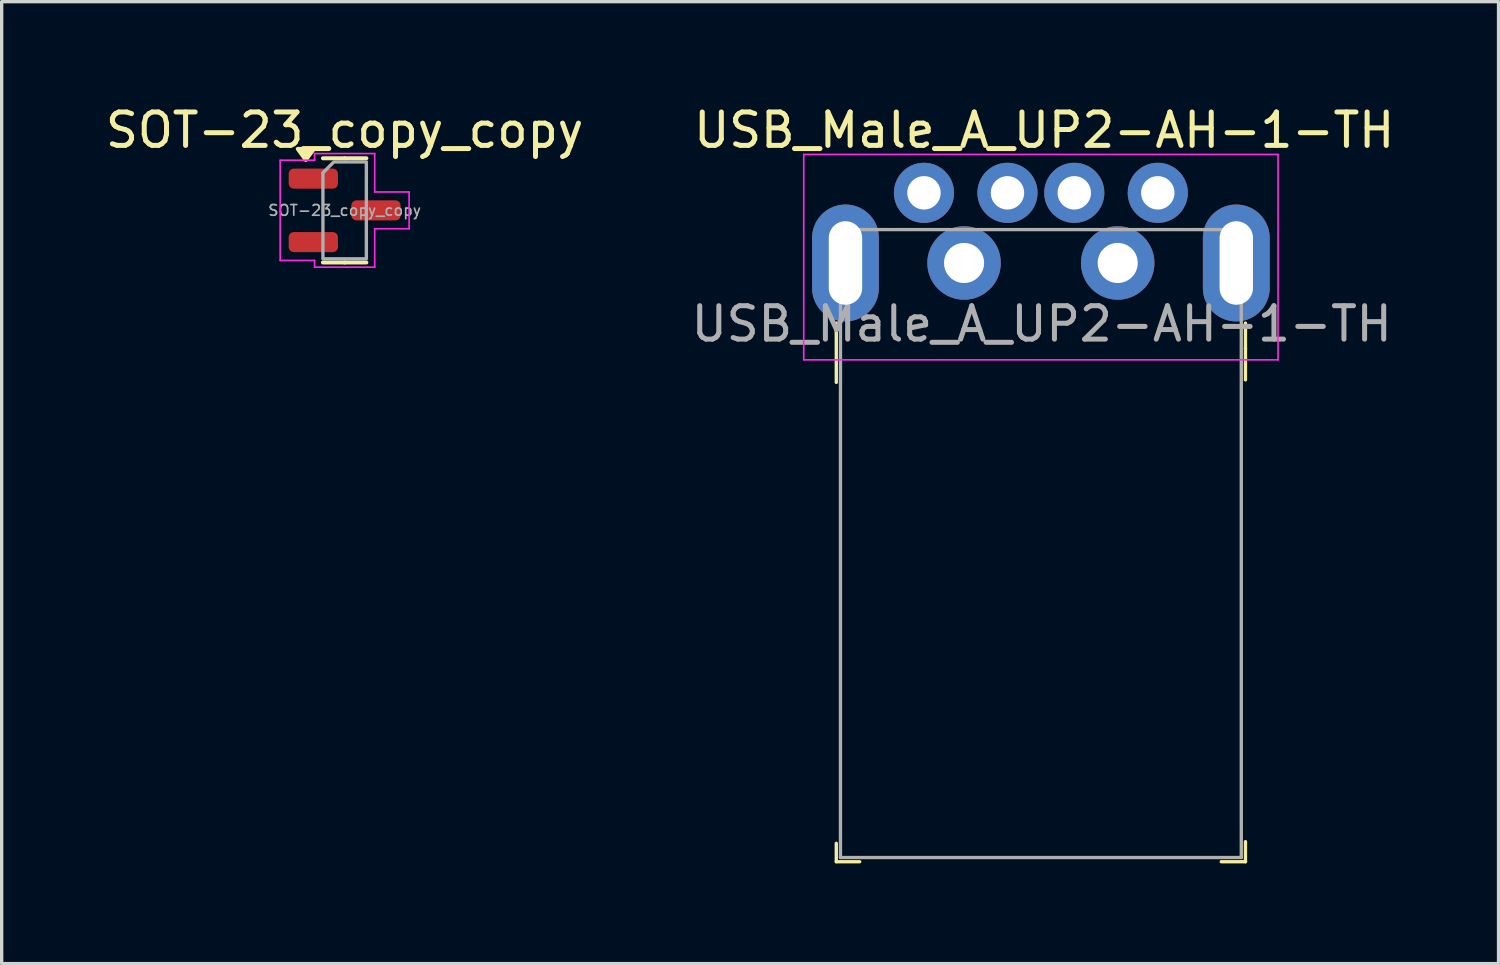
<source format=kicad_pcb>
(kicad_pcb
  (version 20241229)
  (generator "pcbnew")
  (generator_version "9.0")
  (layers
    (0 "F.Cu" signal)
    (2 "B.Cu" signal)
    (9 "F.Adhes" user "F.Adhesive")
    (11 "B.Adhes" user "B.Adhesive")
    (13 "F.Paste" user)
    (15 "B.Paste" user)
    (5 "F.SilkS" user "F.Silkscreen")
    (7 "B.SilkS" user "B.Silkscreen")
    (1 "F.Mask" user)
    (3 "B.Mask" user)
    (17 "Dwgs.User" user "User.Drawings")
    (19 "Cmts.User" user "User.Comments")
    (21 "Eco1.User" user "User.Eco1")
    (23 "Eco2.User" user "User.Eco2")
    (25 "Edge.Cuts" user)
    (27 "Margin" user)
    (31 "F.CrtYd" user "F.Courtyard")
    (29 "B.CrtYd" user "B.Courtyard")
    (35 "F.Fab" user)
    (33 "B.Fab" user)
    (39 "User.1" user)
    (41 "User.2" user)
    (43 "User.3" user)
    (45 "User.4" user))
  (footprint "USB_Male_A_UP2-AH-1-TH"
    (layer "F.Cu")
    (at 28.112 4.823)
    (property "Reference" "USB_Male_A_UP2-AH-1-TH" (at 0.1 -3.975 0) (layer "F.SilkS") (effects (font (size 1 1) (thickness 0.15))))
    (attr through_hole)
    (fp_line (start -6.125 1.8) (end -6.125 3.575) (stroke (width 0.1) (type solid)) (layer "F.SilkS"))
    (fp_line (start -6.125 17.925) (end -6.125 17.375) (stroke (width 0.1) (type solid)) (layer "F.SilkS"))
    (fp_line (start -5.425 17.925) (end -6.125 17.925) (stroke (width 0.1) (type solid)) (layer "F.SilkS"))
    (fp_line (start 5.4 17.925) (end 6.125 17.925) (stroke (width 0.1) (type solid)) (layer "F.SilkS"))
    (fp_line (start 6.125 1.8) (end 6.125 2.575) (stroke (width 0.1) (type solid)) (layer "F.SilkS"))
    (fp_line (start 6.125 2.55) (end 6.125 3.5) (stroke (width 0.1) (type solid)) (layer "F.SilkS"))
    (fp_line (start 6.125 17.925) (end 6.125 17.325) (stroke (width 0.1) (type solid)) (layer "F.SilkS"))
    (fp_line (start -7.1 -3.25) (end 7.1 -3.25) (stroke (width 0.05) (type solid)) (layer "F.CrtYd"))
    (fp_line (start -7.1 2.9) (end -7.1 -3.25) (stroke (width 0.05) (type solid)) (layer "F.CrtYd"))
    (fp_line (start -7.1 2.9) (end 7.1 2.9) (stroke (width 0.05) (type solid)) (layer "F.CrtYd"))
    (fp_line (start 7.1 2.9) (end 7.1 -3.25) (stroke (width 0.05) (type solid)) (layer "F.CrtYd"))
    (fp_line (start -6 -1) (end -6 17.8) (stroke (width 0.1) (type solid)) (layer "F.Fab"))
    (fp_line (start -6 -1) (end 6 -1) (stroke (width 0.1) (type solid)) (layer "F.Fab"))
    (fp_line (start -6 17.8) (end 6 17.8) (stroke (width 0.1) (type solid)) (layer "F.Fab"))
    (fp_line (start 6 -1) (end 6 17.8) (stroke (width 0.1) (type solid)) (layer "F.Fab"))
    (fp_text user "${REFERENCE}" (at 0.025 1.825 0) (layer "F.Fab") (effects (font (size 1 1) (thickness 0.15))))
    (pad "1" thru_hole circle (at 3.5 -2.1) (size 1.8 1.8) (drill 1) (layers "*.Cu" "*.Mask"))
    (pad "2" thru_hole circle (at 1 -2.1) (size 1.8 1.8) (drill 1) (layers "*.Cu" "*.Mask"))
    (pad "3" thru_hole circle (at -1 -2.1) (size 1.8 1.8) (drill 1) (layers "*.Cu" "*.Mask"))
    (pad "4" thru_hole circle (at -3.5 -2.1) (size 1.8 1.8) (drill 1) (layers "*.Cu" "*.Mask"))
    (pad "5" thru_hole oval (at -5.85 0) (size 2 3.5) (drill oval 1 2.5) (layers "*.Cu" "*.Mask"))
    (pad "5" thru_hole circle (at -2.3 0) (size 2.2 2.2) (drill 1.2) (layers "*.Cu" "*.Mask"))
    (pad "5" thru_hole circle (at 2.3 0) (size 2.2 2.2) (drill 1.2) (layers "*.Cu" "*.Mask"))
    (pad "5" thru_hole oval (at 5.85 0) (size 2 3.5) (drill oval 1 2.5) (layers "*.Cu" "*.Mask")))
  (footprint "SOT-23_copy_copy"
    (layer "F.Cu")
    (at 7.268 3.248)
    (property "Reference" "SOT-23_copy_copy" (at 0 -2.4 0) (layer "F.SilkS") (effects (font (size 1 1) (thickness 0.15))))
    (attr smd)
    (fp_line (start 0 -1.56) (end -0.65 -1.56) (stroke (width 0.12) (type solid)) (layer "F.SilkS"))
    (fp_line (start 0 -1.56) (end 0.65 -1.56) (stroke (width 0.12) (type solid)) (layer "F.SilkS"))
    (fp_line (start 0 1.56) (end -0.65 1.56) (stroke (width 0.12) (type solid)) (layer "F.SilkS"))
    (fp_line (start 0 1.56) (end 0.65 1.56) (stroke (width 0.12) (type solid)) (layer "F.SilkS"))
    (fp_poly (pts (xy -1.163 -1.51) (xy -1.403 -1.84) (xy -0.922 -1.84)) (stroke (width 0.12) (type solid)) (fill yes) (layer "F.SilkS"))
    (fp_line (start -1.93 -1.5) (end -0.9 -1.5) (stroke (width 0.05) (type solid)) (layer "F.CrtYd"))
    (fp_line (start -1.93 1.5) (end -1.93 -1.5) (stroke (width 0.05) (type solid)) (layer "F.CrtYd"))
    (fp_line (start -0.9 -1.7) (end 0.9 -1.7) (stroke (width 0.05) (type solid)) (layer "F.CrtYd"))
    (fp_line (start -0.9 -1.5) (end -0.9 -1.7) (stroke (width 0.05) (type solid)) (layer "F.CrtYd"))
    (fp_line (start -0.9 1.5) (end -1.93 1.5) (stroke (width 0.05) (type solid)) (layer "F.CrtYd"))
    (fp_line (start -0.9 1.7) (end -0.9 1.5) (stroke (width 0.05) (type solid)) (layer "F.CrtYd"))
    (fp_line (start 0.9 -1.7) (end 0.9 -0.55) (stroke (width 0.05) (type solid)) (layer "F.CrtYd"))
    (fp_line (start 0.9 -0.55) (end 1.93 -0.55) (stroke (width 0.05) (type solid)) (layer "F.CrtYd"))
    (fp_line (start 0.9 0.55) (end 0.9 1.7) (stroke (width 0.05) (type solid)) (layer "F.CrtYd"))
    (fp_line (start 0.9 1.7) (end -0.9 1.7) (stroke (width 0.05) (type solid)) (layer "F.CrtYd"))
    (fp_line (start 1.93 -0.55) (end 1.93 0.55) (stroke (width 0.05) (type solid)) (layer "F.CrtYd"))
    (fp_line (start 1.93 0.55) (end 0.9 0.55) (stroke (width 0.05) (type solid)) (layer "F.CrtYd"))
    (fp_poly (pts (xy -0.65 -1.125) (xy -0.65 1.45) (xy 0.65 1.45) (xy 0.65 -1.45) (xy -0.325 -1.45)) (stroke (width 0.1) (type solid)) (fill no) (layer "F.Fab"))
    (fp_text user "${REFERENCE}" (at 0 0 0) (layer "F.Fab") (effects (font (size 0.32 0.32) (thickness 0.05))))
    (pad "1" smd roundrect (at -0.938 -0.95) (size 1.475 0.6) (layers "F.Cu" "F.Mask" "F.Paste") (roundrect_rratio 0.25))
    (pad "2" smd roundrect (at -0.938 0.95) (size 1.475 0.6) (layers "F.Cu" "F.Mask" "F.Paste") (roundrect_rratio 0.25))
    (pad "3" smd roundrect (at 0.938 0) (size 1.475 0.6) (layers "F.Cu" "F.Mask" "F.Paste") (roundrect_rratio 0.25)))
  (gr_rect
    (start -3 -3)
    (end 41.813 25.798)
    (stroke (width 0.1) (type default))
    (fill no)
    (layer "Edge.Cuts")))
</source>
